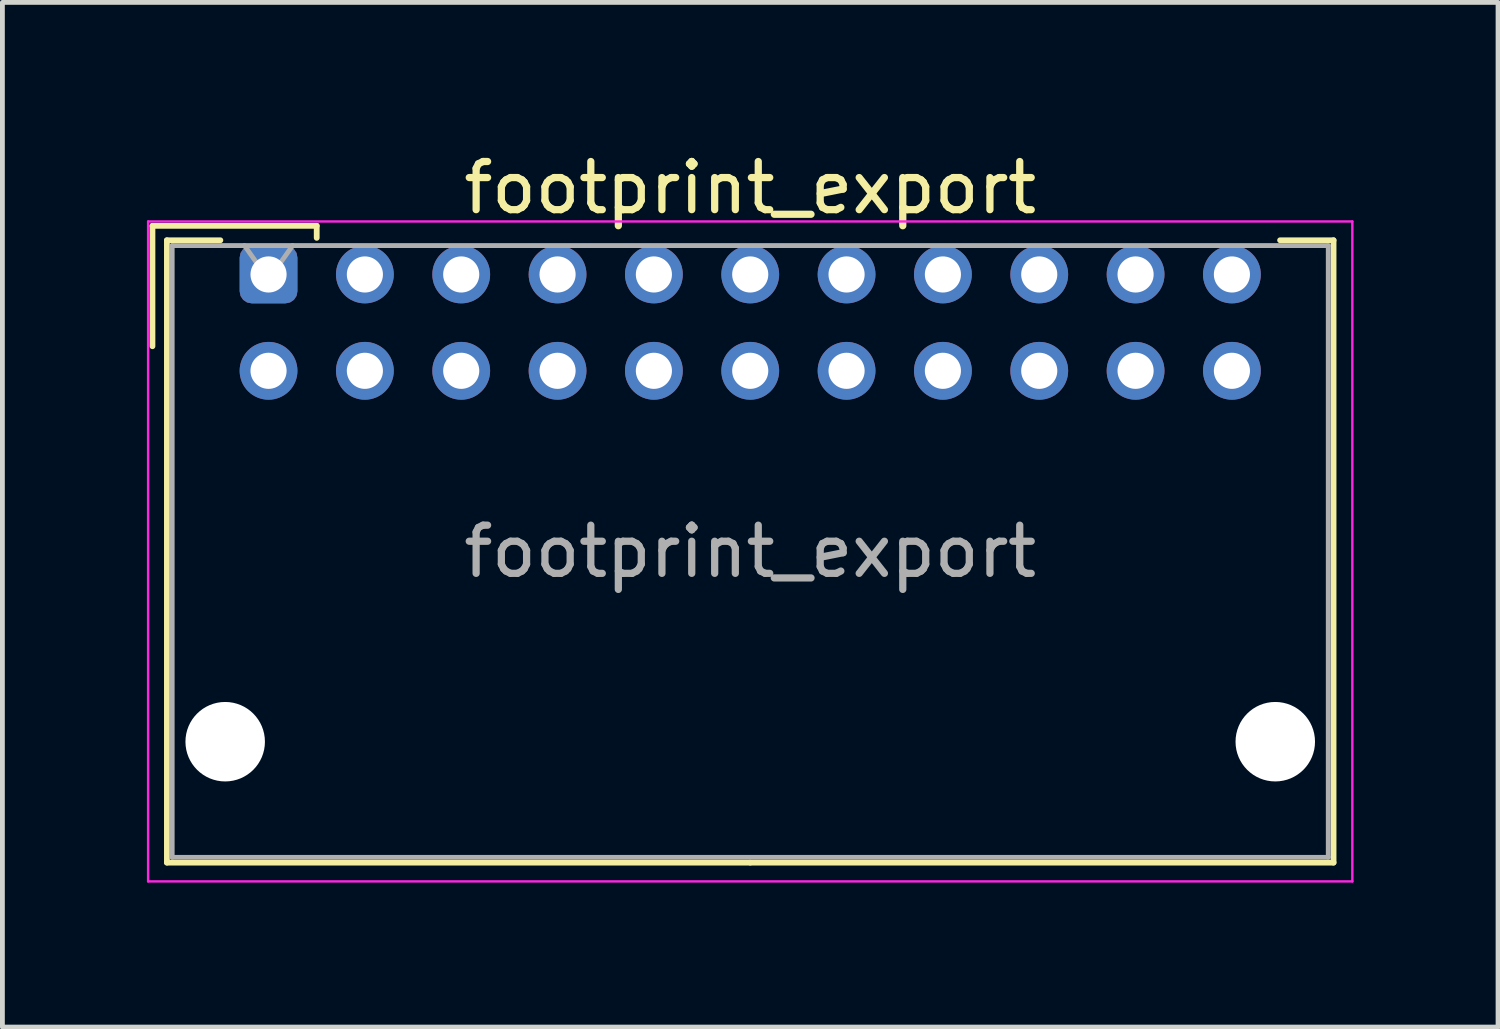
<source format=kicad_pcb>
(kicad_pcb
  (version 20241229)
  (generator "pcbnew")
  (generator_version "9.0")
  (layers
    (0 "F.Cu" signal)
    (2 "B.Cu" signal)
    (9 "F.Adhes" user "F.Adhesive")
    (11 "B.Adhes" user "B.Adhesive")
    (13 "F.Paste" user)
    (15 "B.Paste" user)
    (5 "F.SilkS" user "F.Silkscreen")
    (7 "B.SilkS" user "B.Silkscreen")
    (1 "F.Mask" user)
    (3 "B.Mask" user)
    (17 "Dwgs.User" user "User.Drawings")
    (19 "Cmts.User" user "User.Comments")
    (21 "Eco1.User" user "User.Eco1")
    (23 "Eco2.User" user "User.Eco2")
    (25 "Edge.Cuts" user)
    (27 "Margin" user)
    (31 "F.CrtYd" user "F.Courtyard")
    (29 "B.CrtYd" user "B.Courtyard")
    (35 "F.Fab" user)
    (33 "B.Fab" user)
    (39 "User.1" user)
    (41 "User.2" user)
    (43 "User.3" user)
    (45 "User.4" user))
  (footprint "footprint_export"
    (layer "F.Cu")
    (at 2.525 2.648)
    (property "Reference" "footprint_export" (at 10 -1.8 0) (layer "F.SilkS") (effects (font (size 1 1) (thickness 0.15))))
    (attr through_hole)
    (fp_line (start -2.41 -1.01) (end -2.41 1.49) (stroke (width 0.12) (type solid)) (layer "F.SilkS"))
    (fp_line (start -2.11 -0.71) (end -2.11 12.21) (stroke (width 0.12) (type solid)) (layer "F.SilkS"))
    (fp_line (start -2.11 12.21) (end 10 12.21) (stroke (width 0.12) (type solid)) (layer "F.SilkS"))
    (fp_line (start -1 -0.71) (end -2.11 -0.71) (stroke (width 0.12) (type solid)) (layer "F.SilkS"))
    (fp_line (start 1 -1.01) (end -2.41 -1.01) (stroke (width 0.12) (type solid)) (layer "F.SilkS"))
    (fp_line (start 1 -0.76) (end 1 -1.01) (stroke (width 0.12) (type solid)) (layer "F.SilkS"))
    (fp_line (start 21 -0.71) (end 22.11 -0.71) (stroke (width 0.12) (type solid)) (layer "F.SilkS"))
    (fp_line (start 22.11 -0.71) (end 22.11 12.21) (stroke (width 0.12) (type solid)) (layer "F.SilkS"))
    (fp_line (start 22.11 12.21) (end 10 12.21) (stroke (width 0.12) (type solid)) (layer "F.SilkS"))
    (fp_line (start -2.5 -1.1) (end -2.5 12.6) (stroke (width 0.05) (type solid)) (layer "F.CrtYd"))
    (fp_line (start -2.5 12.6) (end 22.5 12.6) (stroke (width 0.05) (type solid)) (layer "F.CrtYd"))
    (fp_line (start 22.5 -1.1) (end -2.5 -1.1) (stroke (width 0.05) (type solid)) (layer "F.CrtYd"))
    (fp_line (start 22.5 12.6) (end 22.5 -1.1) (stroke (width 0.05) (type solid)) (layer "F.CrtYd"))
    (fp_line (start -2 -0.6) (end -2 12.1) (stroke (width 0.1) (type solid)) (layer "F.Fab"))
    (fp_line (start -2 12.1) (end 22 12.1) (stroke (width 0.1) (type solid)) (layer "F.Fab"))
    (fp_line (start 0 0.107) (end -0.5 -0.6) (stroke (width 0.1) (type solid)) (layer "F.Fab"))
    (fp_line (start 0.5 -0.6) (end 0 0.107) (stroke (width 0.1) (type solid)) (layer "F.Fab"))
    (fp_line (start 22 -0.6) (end -2 -0.6) (stroke (width 0.1) (type solid)) (layer "F.Fab"))
    (fp_line (start 22 12.1) (end 22 -0.6) (stroke (width 0.1) (type solid)) (layer "F.Fab"))
    (fp_text user "${REFERENCE}" (at 10 5.75 0) (layer "F.Fab") (effects (font (size 1 1) (thickness 0.15))))
    (pad "" np_thru_hole circle (at -0.9 9.7) (size 1.65 1.65) (drill 1.65) (layers "*.Cu" "*.Mask"))
    (pad "" np_thru_hole circle (at 20.9 9.7) (size 1.65 1.65) (drill 1.65) (layers "*.Cu" "*.Mask"))
    (pad "1" thru_hole roundrect (at 0 0) (size 1.2 1.2) (drill 0.75) (layers "*.Cu" "*.Mask") (roundrect_rratio 0.208))
    (pad "2" thru_hole circle (at 0 2) (size 1.2 1.2) (drill 0.75) (layers "*.Cu" "*.Mask"))
    (pad "3" thru_hole circle (at 2 0) (size 1.2 1.2) (drill 0.75) (layers "*.Cu" "*.Mask"))
    (pad "4" thru_hole circle (at 2 2) (size 1.2 1.2) (drill 0.75) (layers "*.Cu" "*.Mask"))
    (pad "5" thru_hole circle (at 4 0) (size 1.2 1.2) (drill 0.75) (layers "*.Cu" "*.Mask"))
    (pad "6" thru_hole circle (at 4 2) (size 1.2 1.2) (drill 0.75) (layers "*.Cu" "*.Mask"))
    (pad "7" thru_hole circle (at 6 0) (size 1.2 1.2) (drill 0.75) (layers "*.Cu" "*.Mask"))
    (pad "8" thru_hole circle (at 6 2) (size 1.2 1.2) (drill 0.75) (layers "*.Cu" "*.Mask"))
    (pad "9" thru_hole circle (at 8 0) (size 1.2 1.2) (drill 0.75) (layers "*.Cu" "*.Mask"))
    (pad "10" thru_hole circle (at 8 2) (size 1.2 1.2) (drill 0.75) (layers "*.Cu" "*.Mask"))
    (pad "11" thru_hole circle (at 10 0) (size 1.2 1.2) (drill 0.75) (layers "*.Cu" "*.Mask"))
    (pad "12" thru_hole circle (at 10 2) (size 1.2 1.2) (drill 0.75) (layers "*.Cu" "*.Mask"))
    (pad "13" thru_hole circle (at 12 0) (size 1.2 1.2) (drill 0.75) (layers "*.Cu" "*.Mask"))
    (pad "14" thru_hole circle (at 12 2) (size 1.2 1.2) (drill 0.75) (layers "*.Cu" "*.Mask"))
    (pad "15" thru_hole circle (at 14 0) (size 1.2 1.2) (drill 0.75) (layers "*.Cu" "*.Mask"))
    (pad "16" thru_hole circle (at 14 2) (size 1.2 1.2) (drill 0.75) (layers "*.Cu" "*.Mask"))
    (pad "17" thru_hole circle (at 16 0) (size 1.2 1.2) (drill 0.75) (layers "*.Cu" "*.Mask"))
    (pad "18" thru_hole circle (at 16 2) (size 1.2 1.2) (drill 0.75) (layers "*.Cu" "*.Mask"))
    (pad "19" thru_hole circle (at 18 0) (size 1.2 1.2) (drill 0.75) (layers "*.Cu" "*.Mask"))
    (pad "20" thru_hole circle (at 18 2) (size 1.2 1.2) (drill 0.75) (layers "*.Cu" "*.Mask"))
    (pad "21" thru_hole circle (at 20 0) (size 1.2 1.2) (drill 0.75) (layers "*.Cu" "*.Mask"))
    (pad "22" thru_hole circle (at 20 2) (size 1.2 1.2) (drill 0.75) (layers "*.Cu" "*.Mask")))
  (gr_rect
    (start -3 -3)
    (end 28.05 18.273)
    (stroke (width 0.1) (type default))
    (fill no)
    (layer "Edge.Cuts")))
</source>
